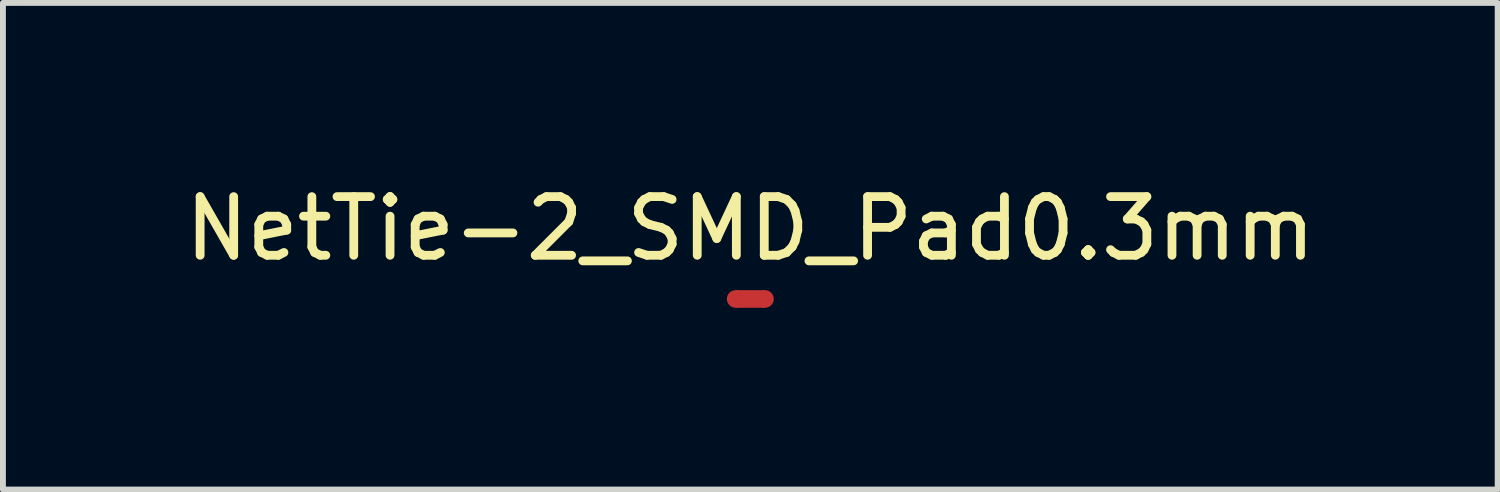
<source format=kicad_pcb>
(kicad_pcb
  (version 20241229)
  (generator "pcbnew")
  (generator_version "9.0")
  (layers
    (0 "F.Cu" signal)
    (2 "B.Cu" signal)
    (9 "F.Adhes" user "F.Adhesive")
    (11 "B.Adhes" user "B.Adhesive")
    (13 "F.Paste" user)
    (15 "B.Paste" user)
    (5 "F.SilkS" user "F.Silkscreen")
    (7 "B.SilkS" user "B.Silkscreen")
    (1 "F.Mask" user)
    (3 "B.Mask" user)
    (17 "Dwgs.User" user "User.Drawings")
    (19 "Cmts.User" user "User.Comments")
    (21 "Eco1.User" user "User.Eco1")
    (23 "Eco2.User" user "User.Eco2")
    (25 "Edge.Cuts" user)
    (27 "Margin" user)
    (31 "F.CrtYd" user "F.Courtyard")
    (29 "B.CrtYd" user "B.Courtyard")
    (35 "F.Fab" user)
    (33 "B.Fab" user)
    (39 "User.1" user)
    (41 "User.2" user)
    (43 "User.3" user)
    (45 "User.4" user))
  (footprint "NetTie-2_SMD_Pad0.3mm"
    (layer "F.Cu")
    (at 9.744 2.048)
    (property "Reference" "NetTie-2_SMD_Pad0.3mm" (at 0 -1.2 0) (layer "F.SilkS") (effects (font (size 1 1) (thickness 0.15))))
    (attr exclude_from_pos_files exclude_from_bom allow_missing_courtyard)
    (fp_poly (pts (xy -0.25 -0.15) (xy 0.25 -0.15) (xy 0.25 0.15) (xy -0.25 0.15)) (stroke (width 0) (type solid)) (fill yes) (layer "F.Cu"))
    (pad "1" smd circle (at -0.25 0) (size 0.3 0.3) (layers "F.Cu"))
    (pad "2" smd circle (at 0.25 0) (size 0.3 0.3) (layers "F.Cu")))
  (gr_rect
    (start -3 -3)
    (end 22.488 5.298)
    (stroke (width 0.1) (type default))
    (fill no)
    (layer "Edge.Cuts")))
</source>
